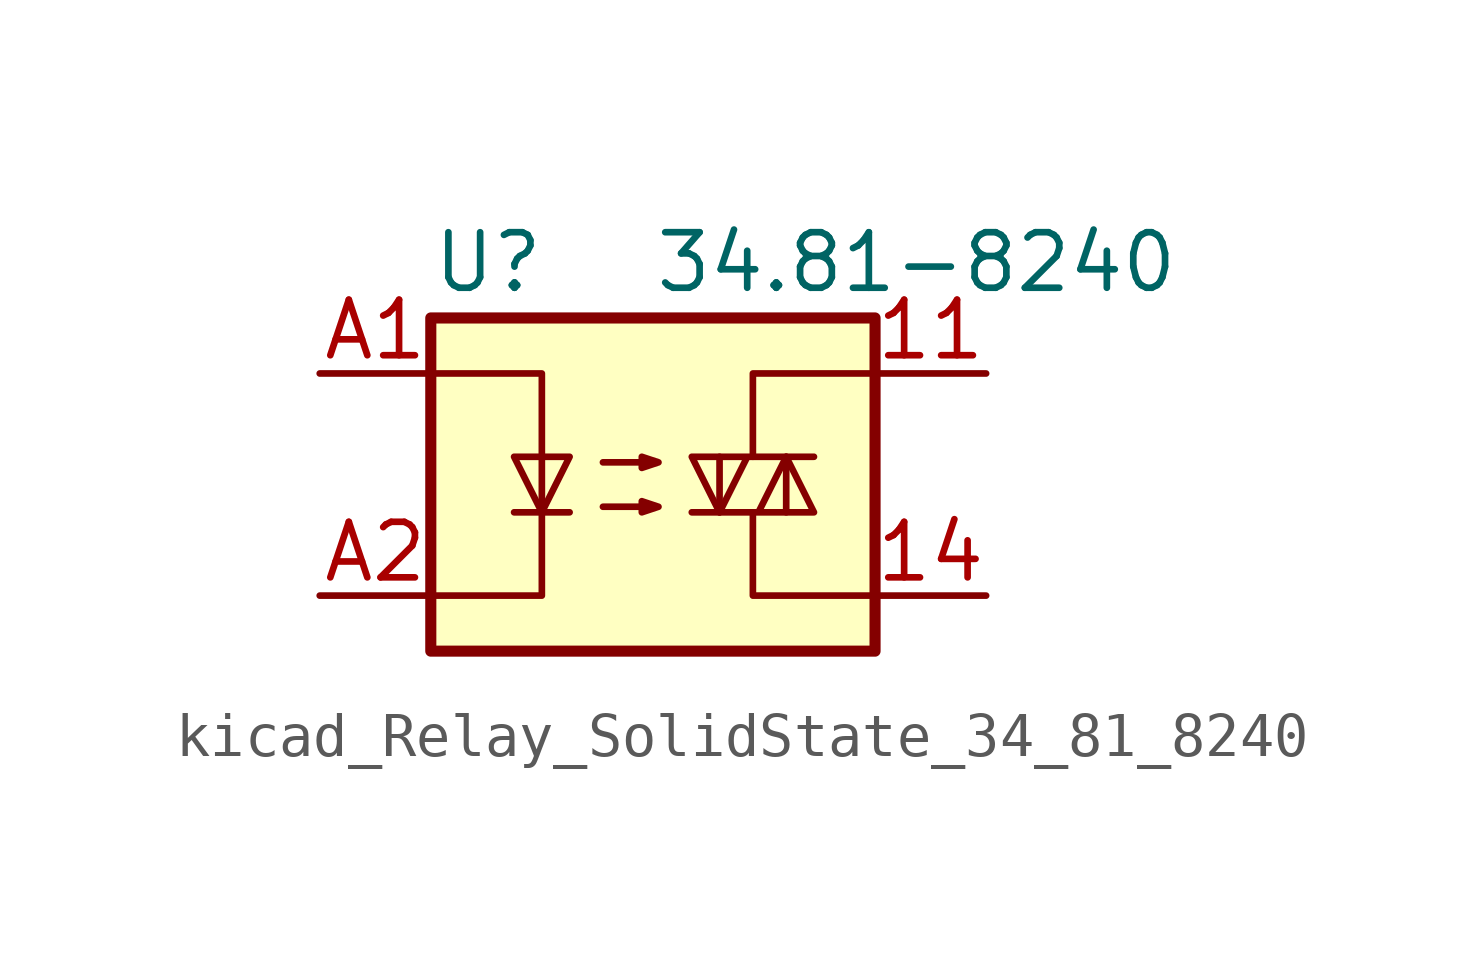
<source format=kicad_sym>
(kicad_symbol_lib
  (version 20220914)
  (generator kicad_symbol_editor)
  (symbol "kicad_Relay_SolidState_34_81_8240"
    (property "Reference" "U"
      (at -5.08 5.08 0)
      (effects (font (size 1.27 1.27)) (justify left)))
    (property "Value" "34.81-8240"
      (at 0 5.08 0)
      (effects (font (size 1.27 1.27)) (justify left)))
    (symbol "kicad_Relay_SolidState_34_81_8240_0_1"
      (rectangle (start -5.08 3.81) (end 5.08 -3.81) (stroke (width 0.254) (type default)) (fill (type background)))
      (polyline (pts (xy -3.175 -0.635) (xy -1.905 -0.635)) (stroke (width 0) (type default)) (fill (type none)))
      (polyline (pts (xy 1.524 -0.635) (xy 1.524 0.635)) (stroke (width 0) (type default)) (fill (type none)))
      (polyline (pts (xy 3.048 0.635) (xy 3.048 -0.635)) (stroke (width 0) (type default)) (fill (type none)))
      (polyline (pts (xy 2.286 -0.635) (xy 2.286 -2.54) (xy 5.08 -2.54)) (stroke (width 0) (type default)) (fill (type none)))
      (polyline (pts (xy 2.286 0.635) (xy 2.286 2.54) (xy 5.08 2.54)) (stroke (width 0) (type default)) (fill (type none)))
      (polyline (pts (xy -5.08 2.54) (xy -2.54 2.54) (xy -2.54 -2.54) (xy -5.08 -2.54)) (stroke (width 0) (type default)) (fill (type none)))
      (polyline (pts (xy -2.54 -0.635) (xy -3.175 0.635) (xy -1.905 0.635) (xy -2.54 -0.635)) (stroke (width 0) (type default)) (fill (type none)))
      (polyline (pts (xy 0.889 -0.635) (xy 3.683 -0.635) (xy 3.048 0.635) (xy 2.413 -0.635)) (stroke (width 0) (type default)) (fill (type none)))
      (polyline (pts (xy 3.683 0.635) (xy 0.889 0.635) (xy 1.524 -0.635) (xy 2.159 0.635)) (stroke (width 0) (type default)) (fill (type none)))
      (polyline (pts (xy -1.143 -0.508) (xy 0.127 -0.508) (xy -0.254 -0.635) (xy -0.254 -0.381) (xy 0.127 -0.508)) (stroke (width 0) (type default)) (fill (type none)))
      (polyline (pts (xy -1.143 0.508) (xy 0.127 0.508) (xy -0.254 0.381) (xy -0.254 0.635) (xy 0.127 0.508)) (stroke (width 0) (type default)) (fill (type none))))
    (symbol "kicad_Relay_SolidState_34_81_8240_1_1"
      (pin passive line (at 7.62 2.54 180) (length 2.54) (name "~" (effects (font (size 1.27 1.27)))) (number "11" (effects (font (size 1.27 1.27)))))
      (pin passive line (at 7.62 -2.54 180) (length 2.54) (name "~" (effects (font (size 1.27 1.27)))) (number "14" (effects (font (size 1.27 1.27)))))
      (pin passive line (at -7.62 2.54 0) (length 2.54) (name "~" (effects (font (size 1.27 1.27)))) (number "A1" (effects (font (size 1.27 1.27)))))
      (pin passive line (at -7.62 -2.54 0) (length 2.54) (name "~" (effects (font (size 1.27 1.27)))) (number "A2" (effects (font (size 1.27 1.27))))))))
</source>
